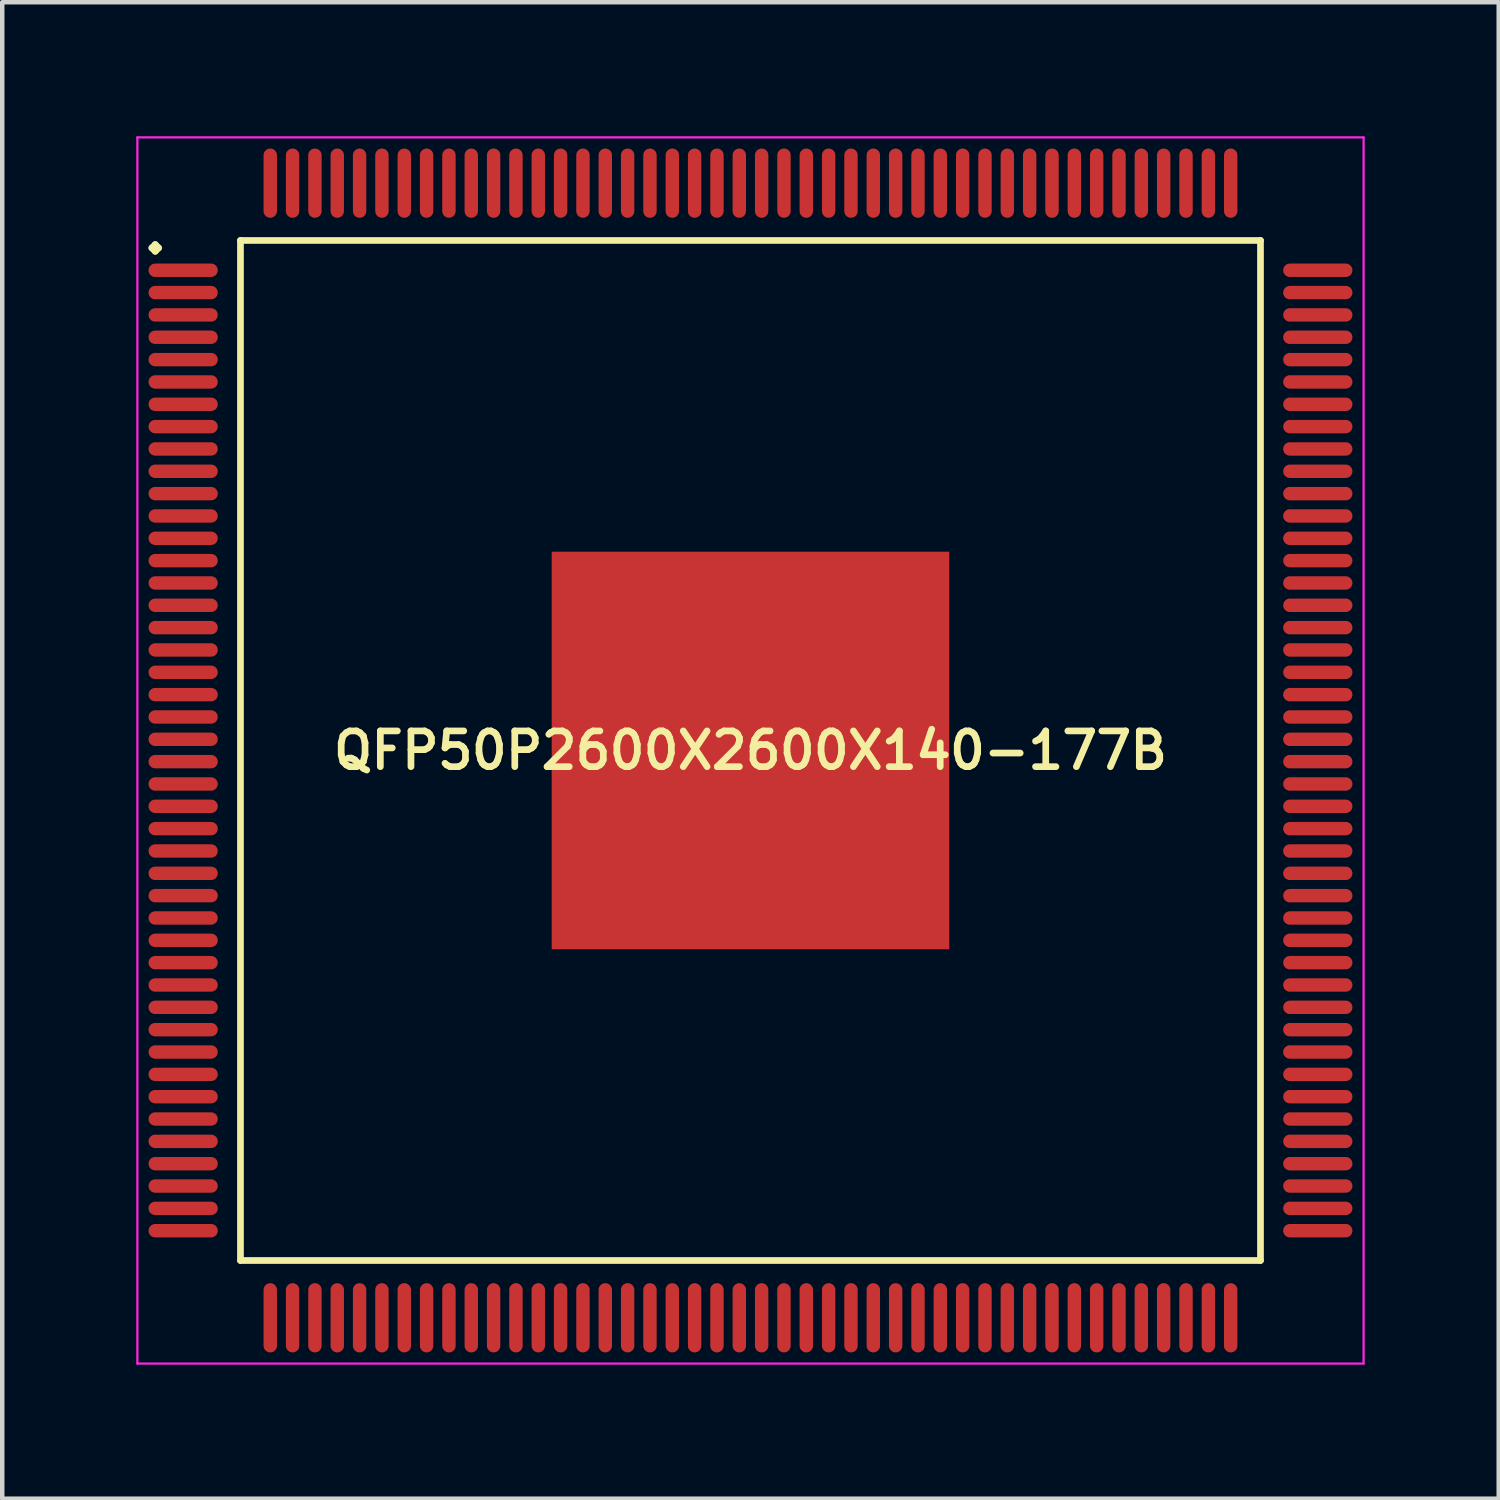
<source format=kicad_pcb>
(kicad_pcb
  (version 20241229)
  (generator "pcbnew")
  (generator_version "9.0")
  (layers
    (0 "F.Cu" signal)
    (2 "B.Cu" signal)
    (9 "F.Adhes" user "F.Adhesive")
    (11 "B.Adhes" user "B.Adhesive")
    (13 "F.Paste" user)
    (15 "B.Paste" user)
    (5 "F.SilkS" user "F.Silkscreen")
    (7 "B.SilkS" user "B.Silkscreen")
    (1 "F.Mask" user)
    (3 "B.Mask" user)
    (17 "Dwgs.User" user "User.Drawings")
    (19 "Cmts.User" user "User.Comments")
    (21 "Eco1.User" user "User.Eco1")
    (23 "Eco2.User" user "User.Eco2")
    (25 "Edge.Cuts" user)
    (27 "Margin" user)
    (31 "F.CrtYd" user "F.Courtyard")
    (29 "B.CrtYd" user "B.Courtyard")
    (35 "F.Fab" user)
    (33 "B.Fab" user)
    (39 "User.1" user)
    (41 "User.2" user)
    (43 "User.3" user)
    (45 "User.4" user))
  (footprint "QFP50P2600X2600X140-177B"
    (layer "F.Cu")
    (at 13.75 13.75)
    (property "Reference" "QFP50P2600X2600X140-177B" (at 0 0 0) (layer "F.SilkS") (effects (font (size 0.8 0.8) (thickness 0.15))))
    (attr smd)
    (fp_line (start -13.4 -11.25) (end -13.325 -11.325) (stroke (width 0.15) (type solid)) (layer "F.SilkS"))
    (fp_line (start -13.325 -11.325) (end -13.25 -11.25) (stroke (width 0.15) (type solid)) (layer "F.SilkS"))
    (fp_line (start -13.325 -11.175) (end -13.4 -11.25) (stroke (width 0.15) (type solid)) (layer "F.SilkS"))
    (fp_line (start -13.25 -11.25) (end -13.325 -11.175) (stroke (width 0.15) (type solid)) (layer "F.SilkS"))
    (fp_line (start -11.417 -11.417) (end -11.417 11.417) (stroke (width 0.15) (type solid)) (layer "F.SilkS"))
    (fp_line (start -11.417 11.417) (end 11.417 11.417) (stroke (width 0.15) (type solid)) (layer "F.SilkS"))
    (fp_line (start 11.417 -11.417) (end -11.417 -11.417) (stroke (width 0.15) (type solid)) (layer "F.SilkS"))
    (fp_line (start 11.417 11.417) (end 11.417 -11.417) (stroke (width 0.15) (type solid)) (layer "F.SilkS"))
    (fp_line (start -13.725 -13.725) (end 13.725 -13.725) (stroke (width 0.05) (type solid)) (layer "F.CrtYd"))
    (fp_line (start -13.725 13.725) (end -13.725 -13.725) (stroke (width 0.05) (type solid)) (layer "F.CrtYd"))
    (fp_line (start 13.725 -13.725) (end 13.725 13.725) (stroke (width 0.05) (type solid)) (layer "F.CrtYd"))
    (fp_line (start 13.725 13.725) (end -13.725 13.725) (stroke (width 0.05) (type solid)) (layer "F.CrtYd"))
    (pad "1" smd oval (at -12.7 -10.75) (size 1.55 0.3) (layers "F.Cu" "F.Mask" "F.Paste"))
    (pad "2" smd oval (at -12.7 -10.25) (size 1.55 0.3) (layers "F.Cu" "F.Mask" "F.Paste"))
    (pad "3" smd oval (at -12.7 -9.75) (size 1.55 0.3) (layers "F.Cu" "F.Mask" "F.Paste"))
    (pad "4" smd oval (at -12.7 -9.25) (size 1.55 0.3) (layers "F.Cu" "F.Mask" "F.Paste"))
    (pad "5" smd oval (at -12.7 -8.75) (size 1.55 0.3) (layers "F.Cu" "F.Mask" "F.Paste"))
    (pad "6" smd oval (at -12.7 -8.25) (size 1.55 0.3) (layers "F.Cu" "F.Mask" "F.Paste"))
    (pad "7" smd oval (at -12.7 -7.75) (size 1.55 0.3) (layers "F.Cu" "F.Mask" "F.Paste"))
    (pad "8" smd oval (at -12.7 -7.25) (size 1.55 0.3) (layers "F.Cu" "F.Mask" "F.Paste"))
    (pad "9" smd oval (at -12.7 -6.75) (size 1.55 0.3) (layers "F.Cu" "F.Mask" "F.Paste"))
    (pad "10" smd oval (at -12.7 -6.25) (size 1.55 0.3) (layers "F.Cu" "F.Mask" "F.Paste"))
    (pad "11" smd oval (at -12.7 -5.75) (size 1.55 0.3) (layers "F.Cu" "F.Mask" "F.Paste"))
    (pad "12" smd oval (at -12.7 -5.25) (size 1.55 0.3) (layers "F.Cu" "F.Mask" "F.Paste"))
    (pad "13" smd oval (at -12.7 -4.75) (size 1.55 0.3) (layers "F.Cu" "F.Mask" "F.Paste"))
    (pad "14" smd oval (at -12.7 -4.25) (size 1.55 0.3) (layers "F.Cu" "F.Mask" "F.Paste"))
    (pad "15" smd oval (at -12.7 -3.75) (size 1.55 0.3) (layers "F.Cu" "F.Mask" "F.Paste"))
    (pad "16" smd oval (at -12.7 -3.25) (size 1.55 0.3) (layers "F.Cu" "F.Mask" "F.Paste"))
    (pad "17" smd oval (at -12.7 -2.75) (size 1.55 0.3) (layers "F.Cu" "F.Mask" "F.Paste"))
    (pad "18" smd oval (at -12.7 -2.25) (size 1.55 0.3) (layers "F.Cu" "F.Mask" "F.Paste"))
    (pad "19" smd oval (at -12.7 -1.75) (size 1.55 0.3) (layers "F.Cu" "F.Mask" "F.Paste"))
    (pad "20" smd oval (at -12.7 -1.25) (size 1.55 0.3) (layers "F.Cu" "F.Mask" "F.Paste"))
    (pad "21" smd oval (at -12.7 -0.75) (size 1.55 0.3) (layers "F.Cu" "F.Mask" "F.Paste"))
    (pad "22" smd oval (at -12.7 -0.25) (size 1.55 0.3) (layers "F.Cu" "F.Mask" "F.Paste"))
    (pad "23" smd oval (at -12.7 0.25) (size 1.55 0.3) (layers "F.Cu" "F.Mask" "F.Paste"))
    (pad "24" smd oval (at -12.7 0.75) (size 1.55 0.3) (layers "F.Cu" "F.Mask" "F.Paste"))
    (pad "25" smd oval (at -12.7 1.25) (size 1.55 0.3) (layers "F.Cu" "F.Mask" "F.Paste"))
    (pad "26" smd oval (at -12.7 1.75) (size 1.55 0.3) (layers "F.Cu" "F.Mask" "F.Paste"))
    (pad "27" smd oval (at -12.7 2.25) (size 1.55 0.3) (layers "F.Cu" "F.Mask" "F.Paste"))
    (pad "28" smd oval (at -12.7 2.75) (size 1.55 0.3) (layers "F.Cu" "F.Mask" "F.Paste"))
    (pad "29" smd oval (at -12.7 3.25) (size 1.55 0.3) (layers "F.Cu" "F.Mask" "F.Paste"))
    (pad "30" smd oval (at -12.7 3.75) (size 1.55 0.3) (layers "F.Cu" "F.Mask" "F.Paste"))
    (pad "31" smd oval (at -12.7 4.25) (size 1.55 0.3) (layers "F.Cu" "F.Mask" "F.Paste"))
    (pad "32" smd oval (at -12.7 4.75) (size 1.55 0.3) (layers "F.Cu" "F.Mask" "F.Paste"))
    (pad "33" smd oval (at -12.7 5.25) (size 1.55 0.3) (layers "F.Cu" "F.Mask" "F.Paste"))
    (pad "34" smd oval (at -12.7 5.75) (size 1.55 0.3) (layers "F.Cu" "F.Mask" "F.Paste"))
    (pad "35" smd oval (at -12.7 6.25) (size 1.55 0.3) (layers "F.Cu" "F.Mask" "F.Paste"))
    (pad "36" smd oval (at -12.7 6.75) (size 1.55 0.3) (layers "F.Cu" "F.Mask" "F.Paste"))
    (pad "37" smd oval (at -12.7 7.25) (size 1.55 0.3) (layers "F.Cu" "F.Mask" "F.Paste"))
    (pad "38" smd oval (at -12.7 7.75) (size 1.55 0.3) (layers "F.Cu" "F.Mask" "F.Paste"))
    (pad "39" smd oval (at -12.7 8.25) (size 1.55 0.3) (layers "F.Cu" "F.Mask" "F.Paste"))
    (pad "40" smd oval (at -12.7 8.75) (size 1.55 0.3) (layers "F.Cu" "F.Mask" "F.Paste"))
    (pad "41" smd oval (at -12.7 9.25) (size 1.55 0.3) (layers "F.Cu" "F.Mask" "F.Paste"))
    (pad "42" smd oval (at -12.7 9.75) (size 1.55 0.3) (layers "F.Cu" "F.Mask" "F.Paste"))
    (pad "43" smd oval (at -12.7 10.25) (size 1.55 0.3) (layers "F.Cu" "F.Mask" "F.Paste"))
    (pad "44" smd oval (at -12.7 10.75) (size 1.55 0.3) (layers "F.Cu" "F.Mask" "F.Paste"))
    (pad "45" smd oval (at -10.75 12.7) (size 0.3 1.55) (layers "F.Cu" "F.Mask" "F.Paste"))
    (pad "46" smd oval (at -10.25 12.7) (size 0.3 1.55) (layers "F.Cu" "F.Mask" "F.Paste"))
    (pad "47" smd oval (at -9.75 12.7) (size 0.3 1.55) (layers "F.Cu" "F.Mask" "F.Paste"))
    (pad "48" smd oval (at -9.25 12.7) (size 0.3 1.55) (layers "F.Cu" "F.Mask" "F.Paste"))
    (pad "49" smd oval (at -8.75 12.7) (size 0.3 1.55) (layers "F.Cu" "F.Mask" "F.Paste"))
    (pad "50" smd oval (at -8.25 12.7) (size 0.3 1.55) (layers "F.Cu" "F.Mask" "F.Paste"))
    (pad "51" smd oval (at -7.75 12.7) (size 0.3 1.55) (layers "F.Cu" "F.Mask" "F.Paste"))
    (pad "52" smd oval (at -7.25 12.7) (size 0.3 1.55) (layers "F.Cu" "F.Mask" "F.Paste"))
    (pad "53" smd oval (at -6.75 12.7) (size 0.3 1.55) (layers "F.Cu" "F.Mask" "F.Paste"))
    (pad "54" smd oval (at -6.25 12.7) (size 0.3 1.55) (layers "F.Cu" "F.Mask" "F.Paste"))
    (pad "55" smd oval (at -5.75 12.7) (size 0.3 1.55) (layers "F.Cu" "F.Mask" "F.Paste"))
    (pad "56" smd oval (at -5.25 12.7) (size 0.3 1.55) (layers "F.Cu" "F.Mask" "F.Paste"))
    (pad "57" smd oval (at -4.75 12.7) (size 0.3 1.55) (layers "F.Cu" "F.Mask" "F.Paste"))
    (pad "58" smd oval (at -4.25 12.7) (size 0.3 1.55) (layers "F.Cu" "F.Mask" "F.Paste"))
    (pad "59" smd oval (at -3.75 12.7) (size 0.3 1.55) (layers "F.Cu" "F.Mask" "F.Paste"))
    (pad "60" smd oval (at -3.25 12.7) (size 0.3 1.55) (layers "F.Cu" "F.Mask" "F.Paste"))
    (pad "61" smd oval (at -2.75 12.7) (size 0.3 1.55) (layers "F.Cu" "F.Mask" "F.Paste"))
    (pad "62" smd oval (at -2.25 12.7) (size 0.3 1.55) (layers "F.Cu" "F.Mask" "F.Paste"))
    (pad "63" smd oval (at -1.75 12.7) (size 0.3 1.55) (layers "F.Cu" "F.Mask" "F.Paste"))
    (pad "64" smd oval (at -1.25 12.7) (size 0.3 1.55) (layers "F.Cu" "F.Mask" "F.Paste"))
    (pad "65" smd oval (at -0.75 12.7) (size 0.3 1.55) (layers "F.Cu" "F.Mask" "F.Paste"))
    (pad "66" smd oval (at -0.25 12.7) (size 0.3 1.55) (layers "F.Cu" "F.Mask" "F.Paste"))
    (pad "67" smd oval (at 0.25 12.7) (size 0.3 1.55) (layers "F.Cu" "F.Mask" "F.Paste"))
    (pad "68" smd oval (at 0.75 12.7) (size 0.3 1.55) (layers "F.Cu" "F.Mask" "F.Paste"))
    (pad "69" smd oval (at 1.25 12.7) (size 0.3 1.55) (layers "F.Cu" "F.Mask" "F.Paste"))
    (pad "70" smd oval (at 1.75 12.7) (size 0.3 1.55) (layers "F.Cu" "F.Mask" "F.Paste"))
    (pad "71" smd oval (at 2.25 12.7) (size 0.3 1.55) (layers "F.Cu" "F.Mask" "F.Paste"))
    (pad "72" smd oval (at 2.75 12.7) (size 0.3 1.55) (layers "F.Cu" "F.Mask" "F.Paste"))
    (pad "73" smd oval (at 3.25 12.7) (size 0.3 1.55) (layers "F.Cu" "F.Mask" "F.Paste"))
    (pad "74" smd oval (at 3.75 12.7) (size 0.3 1.55) (layers "F.Cu" "F.Mask" "F.Paste"))
    (pad "75" smd oval (at 4.25 12.7) (size 0.3 1.55) (layers "F.Cu" "F.Mask" "F.Paste"))
    (pad "76" smd oval (at 4.75 12.7) (size 0.3 1.55) (layers "F.Cu" "F.Mask" "F.Paste"))
    (pad "77" smd oval (at 5.25 12.7) (size 0.3 1.55) (layers "F.Cu" "F.Mask" "F.Paste"))
    (pad "78" smd oval (at 5.75 12.7) (size 0.3 1.55) (layers "F.Cu" "F.Mask" "F.Paste"))
    (pad "79" smd oval (at 6.25 12.7) (size 0.3 1.55) (layers "F.Cu" "F.Mask" "F.Paste"))
    (pad "80" smd oval (at 6.75 12.7) (size 0.3 1.55) (layers "F.Cu" "F.Mask" "F.Paste"))
    (pad "81" smd oval (at 7.25 12.7) (size 0.3 1.55) (layers "F.Cu" "F.Mask" "F.Paste"))
    (pad "82" smd oval (at 7.75 12.7) (size 0.3 1.55) (layers "F.Cu" "F.Mask" "F.Paste"))
    (pad "83" smd oval (at 8.25 12.7) (size 0.3 1.55) (layers "F.Cu" "F.Mask" "F.Paste"))
    (pad "84" smd oval (at 8.75 12.7) (size 0.3 1.55) (layers "F.Cu" "F.Mask" "F.Paste"))
    (pad "85" smd oval (at 9.25 12.7) (size 0.3 1.55) (layers "F.Cu" "F.Mask" "F.Paste"))
    (pad "86" smd oval (at 9.75 12.7) (size 0.3 1.55) (layers "F.Cu" "F.Mask" "F.Paste"))
    (pad "87" smd oval (at 10.25 12.7) (size 0.3 1.55) (layers "F.Cu" "F.Mask" "F.Paste"))
    (pad "88" smd oval (at 10.75 12.7) (size 0.3 1.55) (layers "F.Cu" "F.Mask" "F.Paste"))
    (pad "89" smd oval (at 12.7 10.75) (size 1.55 0.3) (layers "F.Cu" "F.Mask" "F.Paste"))
    (pad "90" smd oval (at 12.7 10.25) (size 1.55 0.3) (layers "F.Cu" "F.Mask" "F.Paste"))
    (pad "91" smd oval (at 12.7 9.75) (size 1.55 0.3) (layers "F.Cu" "F.Mask" "F.Paste"))
    (pad "92" smd oval (at 12.7 9.25) (size 1.55 0.3) (layers "F.Cu" "F.Mask" "F.Paste"))
    (pad "93" smd oval (at 12.7 8.75) (size 1.55 0.3) (layers "F.Cu" "F.Mask" "F.Paste"))
    (pad "94" smd oval (at 12.7 8.25) (size 1.55 0.3) (layers "F.Cu" "F.Mask" "F.Paste"))
    (pad "95" smd oval (at 12.7 7.75) (size 1.55 0.3) (layers "F.Cu" "F.Mask" "F.Paste"))
    (pad "96" smd oval (at 12.7 7.25) (size 1.55 0.3) (layers "F.Cu" "F.Mask" "F.Paste"))
    (pad "97" smd oval (at 12.7 6.75) (size 1.55 0.3) (layers "F.Cu" "F.Mask" "F.Paste"))
    (pad "98" smd oval (at 12.7 6.25) (size 1.55 0.3) (layers "F.Cu" "F.Mask" "F.Paste"))
    (pad "99" smd oval (at 12.7 5.75) (size 1.55 0.3) (layers "F.Cu" "F.Mask" "F.Paste"))
    (pad "100" smd oval (at 12.7 5.25) (size 1.55 0.3) (layers "F.Cu" "F.Mask" "F.Paste"))
    (pad "101" smd oval (at 12.7 4.75) (size 1.55 0.3) (layers "F.Cu" "F.Mask" "F.Paste"))
    (pad "102" smd oval (at 12.7 4.25) (size 1.55 0.3) (layers "F.Cu" "F.Mask" "F.Paste"))
    (pad "103" smd oval (at 12.7 3.75) (size 1.55 0.3) (layers "F.Cu" "F.Mask" "F.Paste"))
    (pad "104" smd oval (at 12.7 3.25) (size 1.55 0.3) (layers "F.Cu" "F.Mask" "F.Paste"))
    (pad "105" smd oval (at 12.7 2.75) (size 1.55 0.3) (layers "F.Cu" "F.Mask" "F.Paste"))
    (pad "106" smd oval (at 12.7 2.25) (size 1.55 0.3) (layers "F.Cu" "F.Mask" "F.Paste"))
    (pad "107" smd oval (at 12.7 1.75) (size 1.55 0.3) (layers "F.Cu" "F.Mask" "F.Paste"))
    (pad "108" smd oval (at 12.7 1.25) (size 1.55 0.3) (layers "F.Cu" "F.Mask" "F.Paste"))
    (pad "109" smd oval (at 12.7 0.75) (size 1.55 0.3) (layers "F.Cu" "F.Mask" "F.Paste"))
    (pad "110" smd oval (at 12.7 0.25) (size 1.55 0.3) (layers "F.Cu" "F.Mask" "F.Paste"))
    (pad "111" smd oval (at 12.7 -0.25) (size 1.55 0.3) (layers "F.Cu" "F.Mask" "F.Paste"))
    (pad "112" smd oval (at 12.7 -0.75) (size 1.55 0.3) (layers "F.Cu" "F.Mask" "F.Paste"))
    (pad "113" smd oval (at 12.7 -1.25) (size 1.55 0.3) (layers "F.Cu" "F.Mask" "F.Paste"))
    (pad "114" smd oval (at 12.7 -1.75) (size 1.55 0.3) (layers "F.Cu" "F.Mask" "F.Paste"))
    (pad "115" smd oval (at 12.7 -2.25) (size 1.55 0.3) (layers "F.Cu" "F.Mask" "F.Paste"))
    (pad "116" smd oval (at 12.7 -2.75) (size 1.55 0.3) (layers "F.Cu" "F.Mask" "F.Paste"))
    (pad "117" smd oval (at 12.7 -3.25) (size 1.55 0.3) (layers "F.Cu" "F.Mask" "F.Paste"))
    (pad "118" smd oval (at 12.7 -3.75) (size 1.55 0.3) (layers "F.Cu" "F.Mask" "F.Paste"))
    (pad "119" smd oval (at 12.7 -4.25) (size 1.55 0.3) (layers "F.Cu" "F.Mask" "F.Paste"))
    (pad "120" smd oval (at 12.7 -4.75) (size 1.55 0.3) (layers "F.Cu" "F.Mask" "F.Paste"))
    (pad "121" smd oval (at 12.7 -5.25) (size 1.55 0.3) (layers "F.Cu" "F.Mask" "F.Paste"))
    (pad "122" smd oval (at 12.7 -5.75) (size 1.55 0.3) (layers "F.Cu" "F.Mask" "F.Paste"))
    (pad "123" smd oval (at 12.7 -6.25) (size 1.55 0.3) (layers "F.Cu" "F.Mask" "F.Paste"))
    (pad "124" smd oval (at 12.7 -6.75) (size 1.55 0.3) (layers "F.Cu" "F.Mask" "F.Paste"))
    (pad "125" smd oval (at 12.7 -7.25) (size 1.55 0.3) (layers "F.Cu" "F.Mask" "F.Paste"))
    (pad "126" smd oval (at 12.7 -7.75) (size 1.55 0.3) (layers "F.Cu" "F.Mask" "F.Paste"))
    (pad "127" smd oval (at 12.7 -8.25) (size 1.55 0.3) (layers "F.Cu" "F.Mask" "F.Paste"))
    (pad "128" smd oval (at 12.7 -8.75) (size 1.55 0.3) (layers "F.Cu" "F.Mask" "F.Paste"))
    (pad "129" smd oval (at 12.7 -9.25) (size 1.55 0.3) (layers "F.Cu" "F.Mask" "F.Paste"))
    (pad "130" smd oval (at 12.7 -9.75) (size 1.55 0.3) (layers "F.Cu" "F.Mask" "F.Paste"))
    (pad "131" smd oval (at 12.7 -10.25) (size 1.55 0.3) (layers "F.Cu" "F.Mask" "F.Paste"))
    (pad "132" smd oval (at 12.7 -10.75) (size 1.55 0.3) (layers "F.Cu" "F.Mask" "F.Paste"))
    (pad "133" smd oval (at 10.75 -12.7) (size 0.3 1.55) (layers "F.Cu" "F.Mask" "F.Paste"))
    (pad "134" smd oval (at 10.25 -12.7) (size 0.3 1.55) (layers "F.Cu" "F.Mask" "F.Paste"))
    (pad "135" smd oval (at 9.75 -12.7) (size 0.3 1.55) (layers "F.Cu" "F.Mask" "F.Paste"))
    (pad "136" smd oval (at 9.25 -12.7) (size 0.3 1.55) (layers "F.Cu" "F.Mask" "F.Paste"))
    (pad "137" smd oval (at 8.75 -12.7) (size 0.3 1.55) (layers "F.Cu" "F.Mask" "F.Paste"))
    (pad "138" smd oval (at 8.25 -12.7) (size 0.3 1.55) (layers "F.Cu" "F.Mask" "F.Paste"))
    (pad "139" smd oval (at 7.75 -12.7) (size 0.3 1.55) (layers "F.Cu" "F.Mask" "F.Paste"))
    (pad "140" smd oval (at 7.25 -12.7) (size 0.3 1.55) (layers "F.Cu" "F.Mask" "F.Paste"))
    (pad "141" smd oval (at 6.75 -12.7) (size 0.3 1.55) (layers "F.Cu" "F.Mask" "F.Paste"))
    (pad "142" smd oval (at 6.25 -12.7) (size 0.3 1.55) (layers "F.Cu" "F.Mask" "F.Paste"))
    (pad "143" smd oval (at 5.75 -12.7) (size 0.3 1.55) (layers "F.Cu" "F.Mask" "F.Paste"))
    (pad "144" smd oval (at 5.25 -12.7) (size 0.3 1.55) (layers "F.Cu" "F.Mask" "F.Paste"))
    (pad "145" smd oval (at 4.75 -12.7) (size 0.3 1.55) (layers "F.Cu" "F.Mask" "F.Paste"))
    (pad "146" smd oval (at 4.25 -12.7) (size 0.3 1.55) (layers "F.Cu" "F.Mask" "F.Paste"))
    (pad "147" smd oval (at 3.75 -12.7) (size 0.3 1.55) (layers "F.Cu" "F.Mask" "F.Paste"))
    (pad "148" smd oval (at 3.25 -12.7) (size 0.3 1.55) (layers "F.Cu" "F.Mask" "F.Paste"))
    (pad "149" smd oval (at 2.75 -12.7) (size 0.3 1.55) (layers "F.Cu" "F.Mask" "F.Paste"))
    (pad "150" smd oval (at 2.25 -12.7) (size 0.3 1.55) (layers "F.Cu" "F.Mask" "F.Paste"))
    (pad "151" smd oval (at 1.75 -12.7) (size 0.3 1.55) (layers "F.Cu" "F.Mask" "F.Paste"))
    (pad "152" smd oval (at 1.25 -12.7) (size 0.3 1.55) (layers "F.Cu" "F.Mask" "F.Paste"))
    (pad "153" smd oval (at 0.75 -12.7) (size 0.3 1.55) (layers "F.Cu" "F.Mask" "F.Paste"))
    (pad "154" smd oval (at 0.25 -12.7) (size 0.3 1.55) (layers "F.Cu" "F.Mask" "F.Paste"))
    (pad "155" smd oval (at -0.25 -12.7) (size 0.3 1.55) (layers "F.Cu" "F.Mask" "F.Paste"))
    (pad "156" smd oval (at -0.75 -12.7) (size 0.3 1.55) (layers "F.Cu" "F.Mask" "F.Paste"))
    (pad "157" smd oval (at -1.25 -12.7) (size 0.3 1.55) (layers "F.Cu" "F.Mask" "F.Paste"))
    (pad "158" smd oval (at -1.75 -12.7) (size 0.3 1.55) (layers "F.Cu" "F.Mask" "F.Paste"))
    (pad "159" smd oval (at -2.25 -12.7) (size 0.3 1.55) (layers "F.Cu" "F.Mask" "F.Paste"))
    (pad "160" smd oval (at -2.75 -12.7) (size 0.3 1.55) (layers "F.Cu" "F.Mask" "F.Paste"))
    (pad "161" smd oval (at -3.25 -12.7) (size 0.3 1.55) (layers "F.Cu" "F.Mask" "F.Paste"))
    (pad "162" smd oval (at -3.75 -12.7) (size 0.3 1.55) (layers "F.Cu" "F.Mask" "F.Paste"))
    (pad "163" smd oval (at -4.25 -12.7) (size 0.3 1.55) (layers "F.Cu" "F.Mask" "F.Paste"))
    (pad "164" smd oval (at -4.75 -12.7) (size 0.3 1.55) (layers "F.Cu" "F.Mask" "F.Paste"))
    (pad "165" smd oval (at -5.25 -12.7) (size 0.3 1.55) (layers "F.Cu" "F.Mask" "F.Paste"))
    (pad "166" smd oval (at -5.75 -12.7) (size 0.3 1.55) (layers "F.Cu" "F.Mask" "F.Paste"))
    (pad "167" smd oval (at -6.25 -12.7) (size 0.3 1.55) (layers "F.Cu" "F.Mask" "F.Paste"))
    (pad "168" smd oval (at -6.75 -12.7) (size 0.3 1.55) (layers "F.Cu" "F.Mask" "F.Paste"))
    (pad "169" smd oval (at -7.25 -12.7) (size 0.3 1.55) (layers "F.Cu" "F.Mask" "F.Paste"))
    (pad "170" smd oval (at -7.75 -12.7) (size 0.3 1.55) (layers "F.Cu" "F.Mask" "F.Paste"))
    (pad "171" smd oval (at -8.25 -12.7) (size 0.3 1.55) (layers "F.Cu" "F.Mask" "F.Paste"))
    (pad "172" smd oval (at -8.75 -12.7) (size 0.3 1.55) (layers "F.Cu" "F.Mask" "F.Paste"))
    (pad "173" smd oval (at -9.25 -12.7) (size 0.3 1.55) (layers "F.Cu" "F.Mask" "F.Paste"))
    (pad "174" smd oval (at -9.75 -12.7) (size 0.3 1.55) (layers "F.Cu" "F.Mask" "F.Paste"))
    (pad "175" smd oval (at -10.25 -12.7) (size 0.3 1.55) (layers "F.Cu" "F.Mask" "F.Paste"))
    (pad "176" smd oval (at -10.75 -12.7) (size 0.3 1.55) (layers "F.Cu" "F.Mask" "F.Paste"))
    (pad "177" smd rect (at 0 0) (size 8.9 8.9) (layers "F.Cu" "F.Mask" "F.Paste")))
  (gr_rect
    (start -3 -3)
    (end 30.5 30.5)
    (stroke (width 0.1) (type default))
    (fill no)
    (layer "Edge.Cuts")))
</source>
